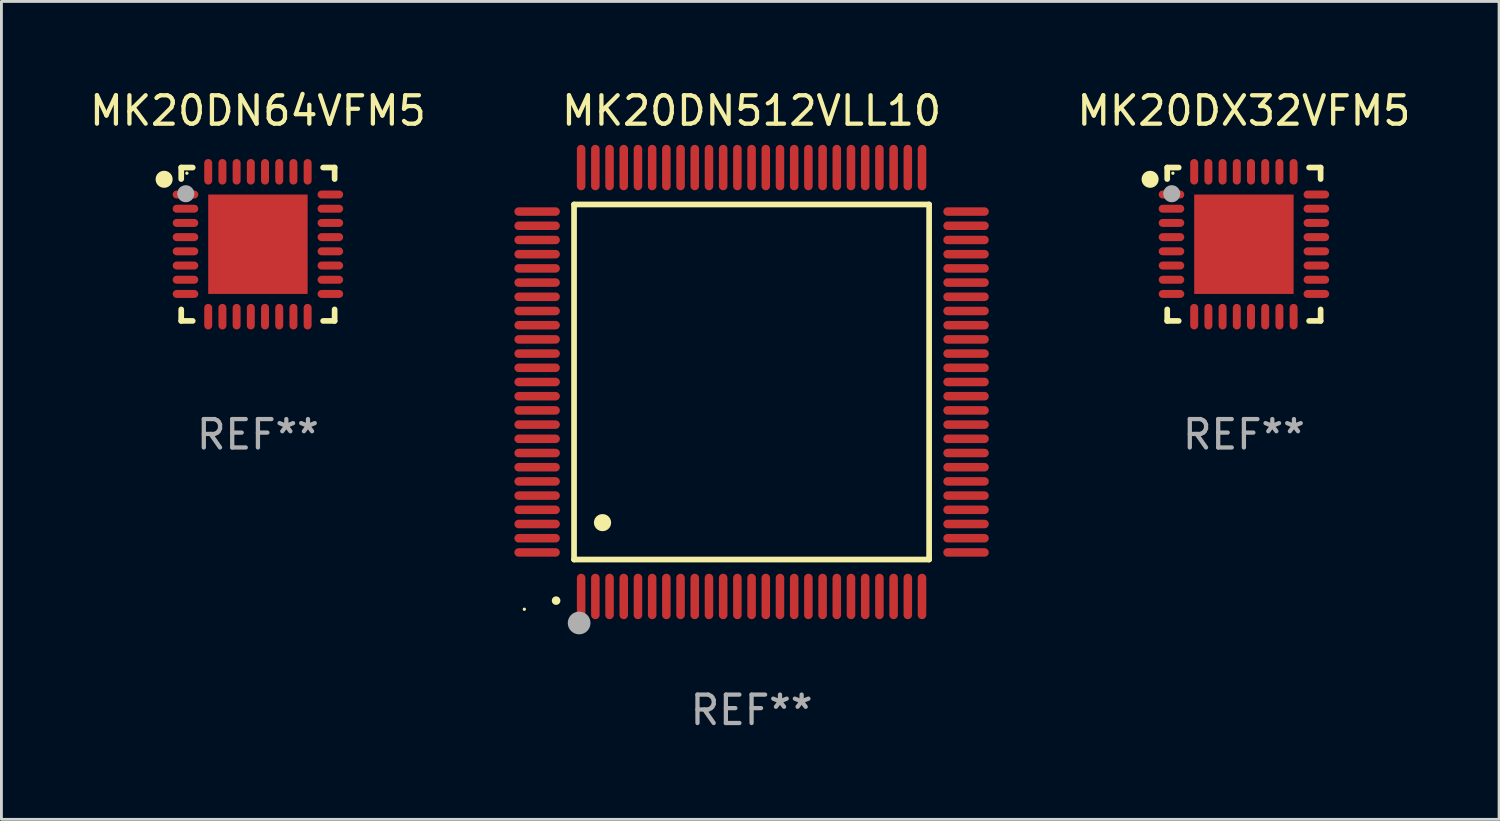
<source format=kicad_pcb>
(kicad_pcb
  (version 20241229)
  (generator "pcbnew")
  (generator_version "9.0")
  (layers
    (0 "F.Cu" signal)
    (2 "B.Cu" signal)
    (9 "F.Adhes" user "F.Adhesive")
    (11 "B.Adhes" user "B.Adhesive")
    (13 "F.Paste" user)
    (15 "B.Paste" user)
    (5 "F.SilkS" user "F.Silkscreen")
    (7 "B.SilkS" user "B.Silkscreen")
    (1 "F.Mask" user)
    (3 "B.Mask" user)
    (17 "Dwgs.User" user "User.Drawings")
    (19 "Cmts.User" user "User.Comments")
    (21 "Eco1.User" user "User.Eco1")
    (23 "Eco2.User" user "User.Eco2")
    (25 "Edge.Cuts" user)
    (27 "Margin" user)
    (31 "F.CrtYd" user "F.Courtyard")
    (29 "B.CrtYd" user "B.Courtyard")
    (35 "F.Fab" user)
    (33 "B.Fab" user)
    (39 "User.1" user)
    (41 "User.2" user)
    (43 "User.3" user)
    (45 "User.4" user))
  (footprint "MK20DN512VLL10"
    (layer "F.Cu")
    (at 23.409 10.398)
    (property "Reference" "MK20DN512VLL10" (at 0 -9.55 0) (layer "F.SilkS") (effects (font (size 1 1) (thickness 0.15))))
    (attr through_hole)
    (fp_line (start -6.25 -6.25) (end -6.25 6.25) (stroke (width 0.2) (type solid)) (layer "F.SilkS"))
    (fp_line (start -6.25 6.25) (end 6.25 6.25) (stroke (width 0.2) (type solid)) (layer "F.SilkS"))
    (fp_line (start 6.25 -6.25) (end -6.25 -6.25) (stroke (width 0.2) (type solid)) (layer "F.SilkS"))
    (fp_line (start 6.25 6.25) (end 6.25 -6.25) (stroke (width 0.2) (type solid)) (layer "F.SilkS"))
    (fp_arc (start -6.883414 7.696215) (mid -6.882144 7.69621) (end -6.880874 7.696215) (stroke (width 0.3) (type solid)) (layer "F.SilkS"))
    (fp_arc (start -5.250191 4.95047) (mid -5.247651 4.950459) (end -5.245111 4.95047) (stroke (width 0.6) (type solid)) (layer "F.SilkS"))
    (fp_circle (center -8 8) (end -7.97 8) (stroke (width 0.06) (type solid)) (fill no) (layer "F.SilkS"))
    (fp_circle (center -6.071 8.484) (end -5.871 8.484) (stroke (width 0.4) (type solid)) (fill no) (layer "F.Fab"))
    (fp_text user "REF**" (at 0 11.55 0) (layer "F.Fab") (effects (font (size 1 1) (thickness 0.15))))
    (pad "1" smd oval (at -6 7.55) (size 0.3 1.6) (layers "F.Cu" "F.Mask" "F.Paste"))
    (pad "2" smd oval (at -5.5 7.55) (size 0.3 1.6) (layers "F.Cu" "F.Mask" "F.Paste"))
    (pad "3" smd oval (at -5 7.55) (size 0.3 1.6) (layers "F.Cu" "F.Mask" "F.Paste"))
    (pad "4" smd oval (at -4.5 7.55) (size 0.3 1.6) (layers "F.Cu" "F.Mask" "F.Paste"))
    (pad "5" smd oval (at -4 7.55) (size 0.3 1.6) (layers "F.Cu" "F.Mask" "F.Paste"))
    (pad "6" smd oval (at -3.5 7.55) (size 0.3 1.6) (layers "F.Cu" "F.Mask" "F.Paste"))
    (pad "7" smd oval (at -3 7.55) (size 0.3 1.6) (layers "F.Cu" "F.Mask" "F.Paste"))
    (pad "8" smd oval (at -2.5 7.55) (size 0.3 1.6) (layers "F.Cu" "F.Mask" "F.Paste"))
    (pad "9" smd oval (at -2 7.55) (size 0.3 1.6) (layers "F.Cu" "F.Mask" "F.Paste"))
    (pad "10" smd oval (at -1.5 7.55) (size 0.3 1.6) (layers "F.Cu" "F.Mask" "F.Paste"))
    (pad "11" smd oval (at -1 7.55) (size 0.3 1.6) (layers "F.Cu" "F.Mask" "F.Paste"))
    (pad "12" smd oval (at -0.5 7.55) (size 0.3 1.6) (layers "F.Cu" "F.Mask" "F.Paste"))
    (pad "13" smd oval (at 0 7.55) (size 0.3 1.6) (layers "F.Cu" "F.Mask" "F.Paste"))
    (pad "14" smd oval (at 0.5 7.55) (size 0.3 1.6) (layers "F.Cu" "F.Mask" "F.Paste"))
    (pad "15" smd oval (at 1 7.55) (size 0.3 1.6) (layers "F.Cu" "F.Mask" "F.Paste"))
    (pad "16" smd oval (at 1.5 7.55) (size 0.3 1.6) (layers "F.Cu" "F.Mask" "F.Paste"))
    (pad "17" smd oval (at 2 7.55) (size 0.3 1.6) (layers "F.Cu" "F.Mask" "F.Paste"))
    (pad "18" smd oval (at 2.5 7.55) (size 0.3 1.6) (layers "F.Cu" "F.Mask" "F.Paste"))
    (pad "19" smd oval (at 3 7.55) (size 0.3 1.6) (layers "F.Cu" "F.Mask" "F.Paste"))
    (pad "20" smd oval (at 3.5 7.55) (size 0.3 1.6) (layers "F.Cu" "F.Mask" "F.Paste"))
    (pad "21" smd oval (at 4 7.55) (size 0.3 1.6) (layers "F.Cu" "F.Mask" "F.Paste"))
    (pad "22" smd oval (at 4.5 7.55) (size 0.3 1.6) (layers "F.Cu" "F.Mask" "F.Paste"))
    (pad "23" smd oval (at 5 7.55) (size 0.3 1.6) (layers "F.Cu" "F.Mask" "F.Paste"))
    (pad "24" smd oval (at 5.5 7.55) (size 0.3 1.6) (layers "F.Cu" "F.Mask" "F.Paste"))
    (pad "25" smd oval (at 6 7.55) (size 0.3 1.6) (layers "F.Cu" "F.Mask" "F.Paste"))
    (pad "26" smd oval (at 7.55 6) (size 1.6 0.3) (layers "F.Cu" "F.Mask" "F.Paste"))
    (pad "27" smd oval (at 7.55 5.5) (size 1.6 0.3) (layers "F.Cu" "F.Mask" "F.Paste"))
    (pad "28" smd oval (at 7.55 5) (size 1.6 0.3) (layers "F.Cu" "F.Mask" "F.Paste"))
    (pad "29" smd oval (at 7.55 4.5) (size 1.6 0.3) (layers "F.Cu" "F.Mask" "F.Paste"))
    (pad "30" smd oval (at 7.55 4) (size 1.6 0.3) (layers "F.Cu" "F.Mask" "F.Paste"))
    (pad "31" smd oval (at 7.55 3.5) (size 1.6 0.3) (layers "F.Cu" "F.Mask" "F.Paste"))
    (pad "32" smd oval (at 7.55 3) (size 1.6 0.3) (layers "F.Cu" "F.Mask" "F.Paste"))
    (pad "33" smd oval (at 7.55 2.5) (size 1.6 0.3) (layers "F.Cu" "F.Mask" "F.Paste"))
    (pad "34" smd oval (at 7.55 2) (size 1.6 0.3) (layers "F.Cu" "F.Mask" "F.Paste"))
    (pad "35" smd oval (at 7.55 1.5) (size 1.6 0.3) (layers "F.Cu" "F.Mask" "F.Paste"))
    (pad "36" smd oval (at 7.55 1) (size 1.6 0.3) (layers "F.Cu" "F.Mask" "F.Paste"))
    (pad "37" smd oval (at 7.55 0.5) (size 1.6 0.3) (layers "F.Cu" "F.Mask" "F.Paste"))
    (pad "38" smd oval (at 7.55 0) (size 1.6 0.3) (layers "F.Cu" "F.Mask" "F.Paste"))
    (pad "39" smd oval (at 7.55 -0.5) (size 1.6 0.3) (layers "F.Cu" "F.Mask" "F.Paste"))
    (pad "40" smd oval (at 7.55 -1) (size 1.6 0.3) (layers "F.Cu" "F.Mask" "F.Paste"))
    (pad "41" smd oval (at 7.55 -1.5) (size 1.6 0.3) (layers "F.Cu" "F.Mask" "F.Paste"))
    (pad "42" smd oval (at 7.55 -2) (size 1.6 0.3) (layers "F.Cu" "F.Mask" "F.Paste"))
    (pad "43" smd oval (at 7.55 -2.5) (size 1.6 0.3) (layers "F.Cu" "F.Mask" "F.Paste"))
    (pad "44" smd oval (at 7.55 -3) (size 1.6 0.3) (layers "F.Cu" "F.Mask" "F.Paste"))
    (pad "45" smd oval (at 7.55 -3.5) (size 1.6 0.3) (layers "F.Cu" "F.Mask" "F.Paste"))
    (pad "46" smd oval (at 7.55 -4) (size 1.6 0.3) (layers "F.Cu" "F.Mask" "F.Paste"))
    (pad "47" smd oval (at 7.55 -4.5) (size 1.6 0.3) (layers "F.Cu" "F.Mask" "F.Paste"))
    (pad "48" smd oval (at 7.55 -5) (size 1.6 0.3) (layers "F.Cu" "F.Mask" "F.Paste"))
    (pad "49" smd oval (at 7.55 -5.5) (size 1.6 0.3) (layers "F.Cu" "F.Mask" "F.Paste"))
    (pad "50" smd oval (at 7.55 -6) (size 1.6 0.3) (layers "F.Cu" "F.Mask" "F.Paste"))
    (pad "51" smd oval (at 6 -7.55) (size 0.3 1.6) (layers "F.Cu" "F.Mask" "F.Paste"))
    (pad "52" smd oval (at 5.5 -7.55) (size 0.3 1.6) (layers "F.Cu" "F.Mask" "F.Paste"))
    (pad "53" smd oval (at 5 -7.55) (size 0.3 1.6) (layers "F.Cu" "F.Mask" "F.Paste"))
    (pad "54" smd oval (at 4.5 -7.55) (size 0.3 1.6) (layers "F.Cu" "F.Mask" "F.Paste"))
    (pad "55" smd oval (at 4 -7.55) (size 0.3 1.6) (layers "F.Cu" "F.Mask" "F.Paste"))
    (pad "56" smd oval (at 3.5 -7.55) (size 0.3 1.6) (layers "F.Cu" "F.Mask" "F.Paste"))
    (pad "57" smd oval (at 3 -7.55) (size 0.3 1.6) (layers "F.Cu" "F.Mask" "F.Paste"))
    (pad "58" smd oval (at 2.5 -7.55) (size 0.3 1.6) (layers "F.Cu" "F.Mask" "F.Paste"))
    (pad "59" smd oval (at 2 -7.55) (size 0.3 1.6) (layers "F.Cu" "F.Mask" "F.Paste"))
    (pad "60" smd oval (at 1.5 -7.55) (size 0.3 1.6) (layers "F.Cu" "F.Mask" "F.Paste"))
    (pad "61" smd oval (at 1 -7.55) (size 0.3 1.6) (layers "F.Cu" "F.Mask" "F.Paste"))
    (pad "62" smd oval (at 0.5 -7.55) (size 0.3 1.6) (layers "F.Cu" "F.Mask" "F.Paste"))
    (pad "63" smd oval (at 0 -7.55) (size 0.3 1.6) (layers "F.Cu" "F.Mask" "F.Paste"))
    (pad "64" smd oval (at -0.5 -7.55) (size 0.3 1.6) (layers "F.Cu" "F.Mask" "F.Paste"))
    (pad "65" smd oval (at -1 -7.55) (size 0.3 1.6) (layers "F.Cu" "F.Mask" "F.Paste"))
    (pad "66" smd oval (at -1.5 -7.55) (size 0.3 1.6) (layers "F.Cu" "F.Mask" "F.Paste"))
    (pad "67" smd oval (at -2 -7.55) (size 0.3 1.6) (layers "F.Cu" "F.Mask" "F.Paste"))
    (pad "68" smd oval (at -2.5 -7.55) (size 0.3 1.6) (layers "F.Cu" "F.Mask" "F.Paste"))
    (pad "69" smd oval (at -3 -7.55) (size 0.3 1.6) (layers "F.Cu" "F.Mask" "F.Paste"))
    (pad "70" smd oval (at -3.5 -7.55) (size 0.3 1.6) (layers "F.Cu" "F.Mask" "F.Paste"))
    (pad "71" smd oval (at -4 -7.55) (size 0.3 1.6) (layers "F.Cu" "F.Mask" "F.Paste"))
    (pad "72" smd oval (at -4.5 -7.55) (size 0.3 1.6) (layers "F.Cu" "F.Mask" "F.Paste"))
    (pad "73" smd oval (at -5 -7.55) (size 0.3 1.6) (layers "F.Cu" "F.Mask" "F.Paste"))
    (pad "74" smd oval (at -5.5 -7.55) (size 0.3 1.6) (layers "F.Cu" "F.Mask" "F.Paste"))
    (pad "75" smd oval (at -6 -7.55) (size 0.3 1.6) (layers "F.Cu" "F.Mask" "F.Paste"))
    (pad "76" smd oval (at -7.55 -6) (size 1.6 0.3) (layers "F.Cu" "F.Mask" "F.Paste"))
    (pad "77" smd oval (at -7.55 -5.5) (size 1.6 0.3) (layers "F.Cu" "F.Mask" "F.Paste"))
    (pad "78" smd oval (at -7.55 -5) (size 1.6 0.3) (layers "F.Cu" "F.Mask" "F.Paste"))
    (pad "79" smd oval (at -7.55 -4.5) (size 1.6 0.3) (layers "F.Cu" "F.Mask" "F.Paste"))
    (pad "80" smd oval (at -7.55 -4) (size 1.6 0.3) (layers "F.Cu" "F.Mask" "F.Paste"))
    (pad "81" smd oval (at -7.55 -3.5) (size 1.6 0.3) (layers "F.Cu" "F.Mask" "F.Paste"))
    (pad "82" smd oval (at -7.55 -3) (size 1.6 0.3) (layers "F.Cu" "F.Mask" "F.Paste"))
    (pad "83" smd oval (at -7.55 -2.5) (size 1.6 0.3) (layers "F.Cu" "F.Mask" "F.Paste"))
    (pad "84" smd oval (at -7.55 -2) (size 1.6 0.3) (layers "F.Cu" "F.Mask" "F.Paste"))
    (pad "85" smd oval (at -7.55 -1.5) (size 1.6 0.3) (layers "F.Cu" "F.Mask" "F.Paste"))
    (pad "86" smd oval (at -7.55 -1) (size 1.6 0.3) (layers "F.Cu" "F.Mask" "F.Paste"))
    (pad "87" smd oval (at -7.55 -0.5) (size 1.6 0.3) (layers "F.Cu" "F.Mask" "F.Paste"))
    (pad "88" smd oval (at -7.55 0) (size 1.6 0.3) (layers "F.Cu" "F.Mask" "F.Paste"))
    (pad "89" smd oval (at -7.55 0.5) (size 1.6 0.3) (layers "F.Cu" "F.Mask" "F.Paste"))
    (pad "90" smd oval (at -7.55 1) (size 1.6 0.3) (layers "F.Cu" "F.Mask" "F.Paste"))
    (pad "91" smd oval (at -7.55 1.5) (size 1.6 0.3) (layers "F.Cu" "F.Mask" "F.Paste"))
    (pad "92" smd oval (at -7.55 2) (size 1.6 0.3) (layers "F.Cu" "F.Mask" "F.Paste"))
    (pad "93" smd oval (at -7.55 2.5) (size 1.6 0.3) (layers "F.Cu" "F.Mask" "F.Paste"))
    (pad "94" smd oval (at -7.55 3) (size 1.6 0.3) (layers "F.Cu" "F.Mask" "F.Paste"))
    (pad "95" smd oval (at -7.55 3.5) (size 1.6 0.3) (layers "F.Cu" "F.Mask" "F.Paste"))
    (pad "96" smd oval (at -7.55 4) (size 1.6 0.3) (layers "F.Cu" "F.Mask" "F.Paste"))
    (pad "97" smd oval (at -7.55 4.5) (size 1.6 0.3) (layers "F.Cu" "F.Mask" "F.Paste"))
    (pad "98" smd oval (at -7.55 5) (size 1.6 0.3) (layers "F.Cu" "F.Mask" "F.Paste"))
    (pad "99" smd oval (at -7.55 5.5) (size 1.6 0.3) (layers "F.Cu" "F.Mask" "F.Paste"))
    (pad "100" smd oval (at -7.55 6) (size 1.6 0.3) (layers "F.Cu" "F.Mask" "F.Paste")))
  (footprint "MK20DX32VFM5"
    (layer "F.Cu")
    (at 40.741 5.548)
    (property "Reference" "MK20DX32VFM5" (at 0 -4.7 0) (layer "F.SilkS") (effects (font (size 1 1) (thickness 0.15))))
    (attr through_hole)
    (fp_line (start -2.7 -2.7) (end -2.295 -2.7) (stroke (width 0.2) (type solid)) (layer "F.SilkS"))
    (fp_line (start -2.7 -2.295) (end -2.7 -2.7) (stroke (width 0.2) (type solid)) (layer "F.SilkS"))
    (fp_line (start -2.7 2.295) (end -2.7 2.7) (stroke (width 0.2) (type solid)) (layer "F.SilkS"))
    (fp_line (start -2.7 2.7) (end -2.295 2.7) (stroke (width 0.2) (type solid)) (layer "F.SilkS"))
    (fp_line (start 2.295 -2.7) (end 2.7 -2.7) (stroke (width 0.2) (type solid)) (layer "F.SilkS"))
    (fp_line (start 2.295 2.7) (end 2.7 2.7) (stroke (width 0.2) (type solid)) (layer "F.SilkS"))
    (fp_line (start 2.7 -2.7) (end 2.7 -2.295) (stroke (width 0.2) (type solid)) (layer "F.SilkS"))
    (fp_line (start 2.7 2.7) (end 2.7 2.295) (stroke (width 0.2) (type solid)) (layer "F.SilkS"))
    (fp_circle (center -3.302 -2.286) (end -3.152 -2.286) (stroke (width 0.3) (type solid)) (fill no) (layer "F.SilkS"))
    (fp_circle (center -2.5 -2.5) (end -2.47 -2.5) (stroke (width 0.06) (type solid)) (fill no) (layer "F.SilkS"))
    (fp_circle (center -2.54 -1.778) (end -2.39 -1.778) (stroke (width 0.3) (type solid)) (fill no) (layer "F.Fab"))
    (fp_text user "REF**" (at 0 6.7 0) (layer "F.Fab") (effects (font (size 1 1) (thickness 0.15))))
    (pad "1" smd oval (at -2.55 -1.75 90) (size 0.28 0.9) (layers "F.Cu" "F.Mask" "F.Paste"))
    (pad "2" smd oval (at -2.55 -1.25 90) (size 0.28 0.9) (layers "F.Cu" "F.Mask" "F.Paste"))
    (pad "3" smd oval (at -2.55 -0.75 90) (size 0.28 0.9) (layers "F.Cu" "F.Mask" "F.Paste"))
    (pad "4" smd oval (at -2.55 -0.25 90) (size 0.28 0.9) (layers "F.Cu" "F.Mask" "F.Paste"))
    (pad "5" smd oval (at -2.55 0.25 90) (size 0.28 0.9) (layers "F.Cu" "F.Mask" "F.Paste"))
    (pad "6" smd oval (at -2.55 0.75 90) (size 0.28 0.9) (layers "F.Cu" "F.Mask" "F.Paste"))
    (pad "7" smd oval (at -2.55 1.25 90) (size 0.28 0.9) (layers "F.Cu" "F.Mask" "F.Paste"))
    (pad "8" smd oval (at -2.55 1.75 90) (size 0.28 0.9) (layers "F.Cu" "F.Mask" "F.Paste"))
    (pad "9" smd oval (at -1.75 2.55) (size 0.28 0.9) (layers "F.Cu" "F.Mask" "F.Paste"))
    (pad "10" smd oval (at -1.25 2.55) (size 0.28 0.9) (layers "F.Cu" "F.Mask" "F.Paste"))
    (pad "11" smd oval (at -0.75 2.55) (size 0.28 0.9) (layers "F.Cu" "F.Mask" "F.Paste"))
    (pad "12" smd oval (at -0.25 2.55) (size 0.28 0.9) (layers "F.Cu" "F.Mask" "F.Paste"))
    (pad "13" smd oval (at 0.25 2.55) (size 0.28 0.9) (layers "F.Cu" "F.Mask" "F.Paste"))
    (pad "14" smd oval (at 0.75 2.55) (size 0.28 0.9) (layers "F.Cu" "F.Mask" "F.Paste"))
    (pad "15" smd oval (at 1.25 2.55) (size 0.28 0.9) (layers "F.Cu" "F.Mask" "F.Paste"))
    (pad "16" smd oval (at 1.75 2.55) (size 0.28 0.9) (layers "F.Cu" "F.Mask" "F.Paste"))
    (pad "17" smd oval (at 2.55 1.75 90) (size 0.28 0.9) (layers "F.Cu" "F.Mask" "F.Paste"))
    (pad "18" smd oval (at 2.55 1.25 90) (size 0.28 0.9) (layers "F.Cu" "F.Mask" "F.Paste"))
    (pad "19" smd oval (at 2.55 0.75 90) (size 0.28 0.9) (layers "F.Cu" "F.Mask" "F.Paste"))
    (pad "20" smd oval (at 2.55 0.25 90) (size 0.28 0.9) (layers "F.Cu" "F.Mask" "F.Paste"))
    (pad "21" smd oval (at 2.55 -0.25 90) (size 0.28 0.9) (layers "F.Cu" "F.Mask" "F.Paste"))
    (pad "22" smd oval (at 2.55 -0.75 90) (size 0.28 0.9) (layers "F.Cu" "F.Mask" "F.Paste"))
    (pad "23" smd oval (at 2.55 -1.25 90) (size 0.28 0.9) (layers "F.Cu" "F.Mask" "F.Paste"))
    (pad "24" smd oval (at 2.55 -1.75 90) (size 0.28 0.9) (layers "F.Cu" "F.Mask" "F.Paste"))
    (pad "25" smd oval (at 1.75 -2.55) (size 0.28 0.9) (layers "F.Cu" "F.Mask" "F.Paste"))
    (pad "26" smd oval (at 1.25 -2.55) (size 0.28 0.9) (layers "F.Cu" "F.Mask" "F.Paste"))
    (pad "27" smd oval (at 0.75 -2.55) (size 0.28 0.9) (layers "F.Cu" "F.Mask" "F.Paste"))
    (pad "28" smd oval (at 0.25 -2.55) (size 0.28 0.9) (layers "F.Cu" "F.Mask" "F.Paste"))
    (pad "29" smd oval (at -0.25 -2.55) (size 0.28 0.9) (layers "F.Cu" "F.Mask" "F.Paste"))
    (pad "30" smd oval (at -0.75 -2.55) (size 0.28 0.9) (layers "F.Cu" "F.Mask" "F.Paste"))
    (pad "31" smd oval (at -1.25 -2.55) (size 0.28 0.9) (layers "F.Cu" "F.Mask" "F.Paste"))
    (pad "32" smd oval (at -1.75 -2.55) (size 0.28 0.9) (layers "F.Cu" "F.Mask" "F.Paste"))
    (pad "33" smd rect (at 0 0) (size 3.5 3.5) (layers "F.Cu" "F.Mask" "F.Paste")))
  (footprint "MK20DN64VFM5"
    (layer "F.Cu")
    (at 6.03 5.548)
    (property "Reference" "MK20DN64VFM5" (at 0 -4.7 0) (layer "F.SilkS") (effects (font (size 1 1) (thickness 0.15))))
    (attr through_hole)
    (fp_line (start -2.7 -2.7) (end -2.295 -2.7) (stroke (width 0.2) (type solid)) (layer "F.SilkS"))
    (fp_line (start -2.7 -2.295) (end -2.7 -2.7) (stroke (width 0.2) (type solid)) (layer "F.SilkS"))
    (fp_line (start -2.7 2.295) (end -2.7 2.7) (stroke (width 0.2) (type solid)) (layer "F.SilkS"))
    (fp_line (start -2.7 2.7) (end -2.295 2.7) (stroke (width 0.2) (type solid)) (layer "F.SilkS"))
    (fp_line (start 2.295 -2.7) (end 2.7 -2.7) (stroke (width 0.2) (type solid)) (layer "F.SilkS"))
    (fp_line (start 2.295 2.7) (end 2.7 2.7) (stroke (width 0.2) (type solid)) (layer "F.SilkS"))
    (fp_line (start 2.7 -2.7) (end 2.7 -2.295) (stroke (width 0.2) (type solid)) (layer "F.SilkS"))
    (fp_line (start 2.7 2.7) (end 2.7 2.295) (stroke (width 0.2) (type solid)) (layer "F.SilkS"))
    (fp_circle (center -3.302 -2.286) (end -3.152 -2.286) (stroke (width 0.3) (type solid)) (fill no) (layer "F.SilkS"))
    (fp_circle (center -2.5 -2.5) (end -2.47 -2.5) (stroke (width 0.06) (type solid)) (fill no) (layer "F.SilkS"))
    (fp_circle (center -2.54 -1.778) (end -2.39 -1.778) (stroke (width 0.3) (type solid)) (fill no) (layer "F.Fab"))
    (fp_text user "REF**" (at 0 6.7 0) (layer "F.Fab") (effects (font (size 1 1) (thickness 0.15))))
    (pad "1" smd oval (at -2.55 -1.75 90) (size 0.28 0.9) (layers "F.Cu" "F.Mask" "F.Paste"))
    (pad "2" smd oval (at -2.55 -1.25 90) (size 0.28 0.9) (layers "F.Cu" "F.Mask" "F.Paste"))
    (pad "3" smd oval (at -2.55 -0.75 90) (size 0.28 0.9) (layers "F.Cu" "F.Mask" "F.Paste"))
    (pad "4" smd oval (at -2.55 -0.25 90) (size 0.28 0.9) (layers "F.Cu" "F.Mask" "F.Paste"))
    (pad "5" smd oval (at -2.55 0.25 90) (size 0.28 0.9) (layers "F.Cu" "F.Mask" "F.Paste"))
    (pad "6" smd oval (at -2.55 0.75 90) (size 0.28 0.9) (layers "F.Cu" "F.Mask" "F.Paste"))
    (pad "7" smd oval (at -2.55 1.25 90) (size 0.28 0.9) (layers "F.Cu" "F.Mask" "F.Paste"))
    (pad "8" smd oval (at -2.55 1.75 90) (size 0.28 0.9) (layers "F.Cu" "F.Mask" "F.Paste"))
    (pad "9" smd oval (at -1.75 2.55) (size 0.28 0.9) (layers "F.Cu" "F.Mask" "F.Paste"))
    (pad "10" smd oval (at -1.25 2.55) (size 0.28 0.9) (layers "F.Cu" "F.Mask" "F.Paste"))
    (pad "11" smd oval (at -0.75 2.55) (size 0.28 0.9) (layers "F.Cu" "F.Mask" "F.Paste"))
    (pad "12" smd oval (at -0.25 2.55) (size 0.28 0.9) (layers "F.Cu" "F.Mask" "F.Paste"))
    (pad "13" smd oval (at 0.25 2.55) (size 0.28 0.9) (layers "F.Cu" "F.Mask" "F.Paste"))
    (pad "14" smd oval (at 0.75 2.55) (size 0.28 0.9) (layers "F.Cu" "F.Mask" "F.Paste"))
    (pad "15" smd oval (at 1.25 2.55) (size 0.28 0.9) (layers "F.Cu" "F.Mask" "F.Paste"))
    (pad "16" smd oval (at 1.75 2.55) (size 0.28 0.9) (layers "F.Cu" "F.Mask" "F.Paste"))
    (pad "17" smd oval (at 2.55 1.75 90) (size 0.28 0.9) (layers "F.Cu" "F.Mask" "F.Paste"))
    (pad "18" smd oval (at 2.55 1.25 90) (size 0.28 0.9) (layers "F.Cu" "F.Mask" "F.Paste"))
    (pad "19" smd oval (at 2.55 0.75 90) (size 0.28 0.9) (layers "F.Cu" "F.Mask" "F.Paste"))
    (pad "20" smd oval (at 2.55 0.25 90) (size 0.28 0.9) (layers "F.Cu" "F.Mask" "F.Paste"))
    (pad "21" smd oval (at 2.55 -0.25 90) (size 0.28 0.9) (layers "F.Cu" "F.Mask" "F.Paste"))
    (pad "22" smd oval (at 2.55 -0.75 90) (size 0.28 0.9) (layers "F.Cu" "F.Mask" "F.Paste"))
    (pad "23" smd oval (at 2.55 -1.25 90) (size 0.28 0.9) (layers "F.Cu" "F.Mask" "F.Paste"))
    (pad "24" smd oval (at 2.55 -1.75 90) (size 0.28 0.9) (layers "F.Cu" "F.Mask" "F.Paste"))
    (pad "25" smd oval (at 1.75 -2.55) (size 0.28 0.9) (layers "F.Cu" "F.Mask" "F.Paste"))
    (pad "26" smd oval (at 1.25 -2.55) (size 0.28 0.9) (layers "F.Cu" "F.Mask" "F.Paste"))
    (pad "27" smd oval (at 0.75 -2.55) (size 0.28 0.9) (layers "F.Cu" "F.Mask" "F.Paste"))
    (pad "28" smd oval (at 0.25 -2.55) (size 0.28 0.9) (layers "F.Cu" "F.Mask" "F.Paste"))
    (pad "29" smd oval (at -0.25 -2.55) (size 0.28 0.9) (layers "F.Cu" "F.Mask" "F.Paste"))
    (pad "30" smd oval (at -0.75 -2.55) (size 0.28 0.9) (layers "F.Cu" "F.Mask" "F.Paste"))
    (pad "31" smd oval (at -1.25 -2.55) (size 0.28 0.9) (layers "F.Cu" "F.Mask" "F.Paste"))
    (pad "32" smd oval (at -1.75 -2.55) (size 0.28 0.9) (layers "F.Cu" "F.Mask" "F.Paste"))
    (pad "33" smd rect (at 0 0) (size 3.5 3.5) (layers "F.Cu" "F.Mask" "F.Paste")))
  (gr_rect
    (start -3 -3)
    (end 49.724 25.796)
    (stroke (width 0.1) (type default))
    (fill no)
    (layer "Edge.Cuts")))
</source>
